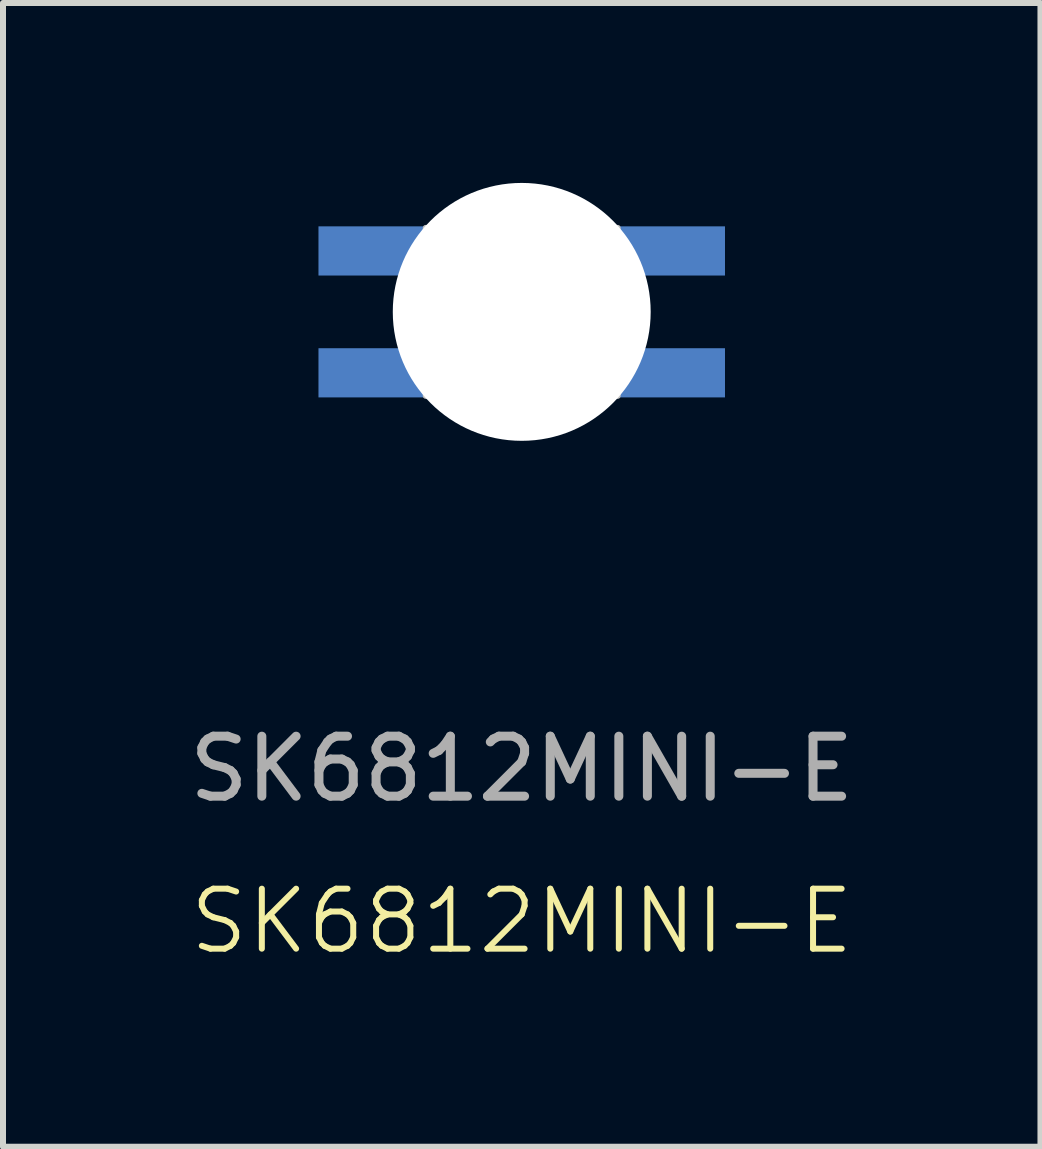
<source format=kicad_pcb>
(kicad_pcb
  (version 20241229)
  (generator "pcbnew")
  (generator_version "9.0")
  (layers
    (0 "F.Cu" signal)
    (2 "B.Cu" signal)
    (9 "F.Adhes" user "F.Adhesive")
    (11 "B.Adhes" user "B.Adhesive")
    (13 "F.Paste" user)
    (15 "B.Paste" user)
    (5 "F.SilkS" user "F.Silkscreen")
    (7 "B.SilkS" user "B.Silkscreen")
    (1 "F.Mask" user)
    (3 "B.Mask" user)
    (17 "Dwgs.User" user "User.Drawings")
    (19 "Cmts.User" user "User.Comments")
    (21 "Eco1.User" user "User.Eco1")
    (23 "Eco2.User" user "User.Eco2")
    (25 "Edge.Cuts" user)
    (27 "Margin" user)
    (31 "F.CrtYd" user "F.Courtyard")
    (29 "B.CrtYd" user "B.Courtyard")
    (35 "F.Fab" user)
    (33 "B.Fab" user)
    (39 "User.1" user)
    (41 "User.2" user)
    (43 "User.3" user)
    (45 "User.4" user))
  (footprint "SK6812MINI-E"
    (layer "F.Cu")
    (at 5.649 2.15)
    (property "Reference" "SK6812MINI-E" (at 0 10.16 0) (unlocked yes) (layer "F.SilkS") (effects (font (size 1 1) (thickness 0.1))))
    (attr smd)
    (fp_line (start 0.889 1.397) (end 1.575 0.813) (stroke (width 0.1) (type default)) (layer "Dwgs.User"))
    (fp_rect (start -1.6 -1.4) (end 1.6 1.4) (stroke (width 0.1) (type default)) (fill no) (layer "Dwgs.User"))
    (fp_circle (center -0.051 0) (end 0.711 0) (stroke (width 0.1) (type default)) (fill no) (layer "Dwgs.User"))
    (fp_circle (center -0.051 0) (end 1.016 0) (stroke (width 0.1) (type default)) (fill no) (layer "Dwgs.User"))
    (fp_text user "${REFERENCE}" (at 0 7.62 0) (unlocked yes) (layer "F.Fab") (effects (font (size 1 1) (thickness 0.15))))
    (pad "" np_thru_hole circle (at 0 0) (size 4.3 4.3) (drill 4.3) (layers "*.Cu" "*.Mask"))
    (pad "1" smd rect (at -2.489 -1.016) (size 1.8 0.82) (layers "B.Cu" "B.Mask" "B.Paste"))
    (pad "2" smd rect (at -2.489 1.016) (size 1.8 0.82) (layers "B.Cu" "B.Mask" "B.Paste"))
    (pad "3" smd rect (at 2.489 1.016) (size 1.8 0.82) (layers "B.Cu" "B.Mask" "B.Paste"))
    (pad "4" smd rect (at 2.489 -1.016) (size 1.8 0.82) (layers "B.Cu" "B.Mask" "B.Paste")))
  (gr_rect
    (start -3 -3)
    (end 14.298 16.07)
    (stroke (width 0.1) (type default))
    (fill no)
    (layer "Edge.Cuts")))
</source>
